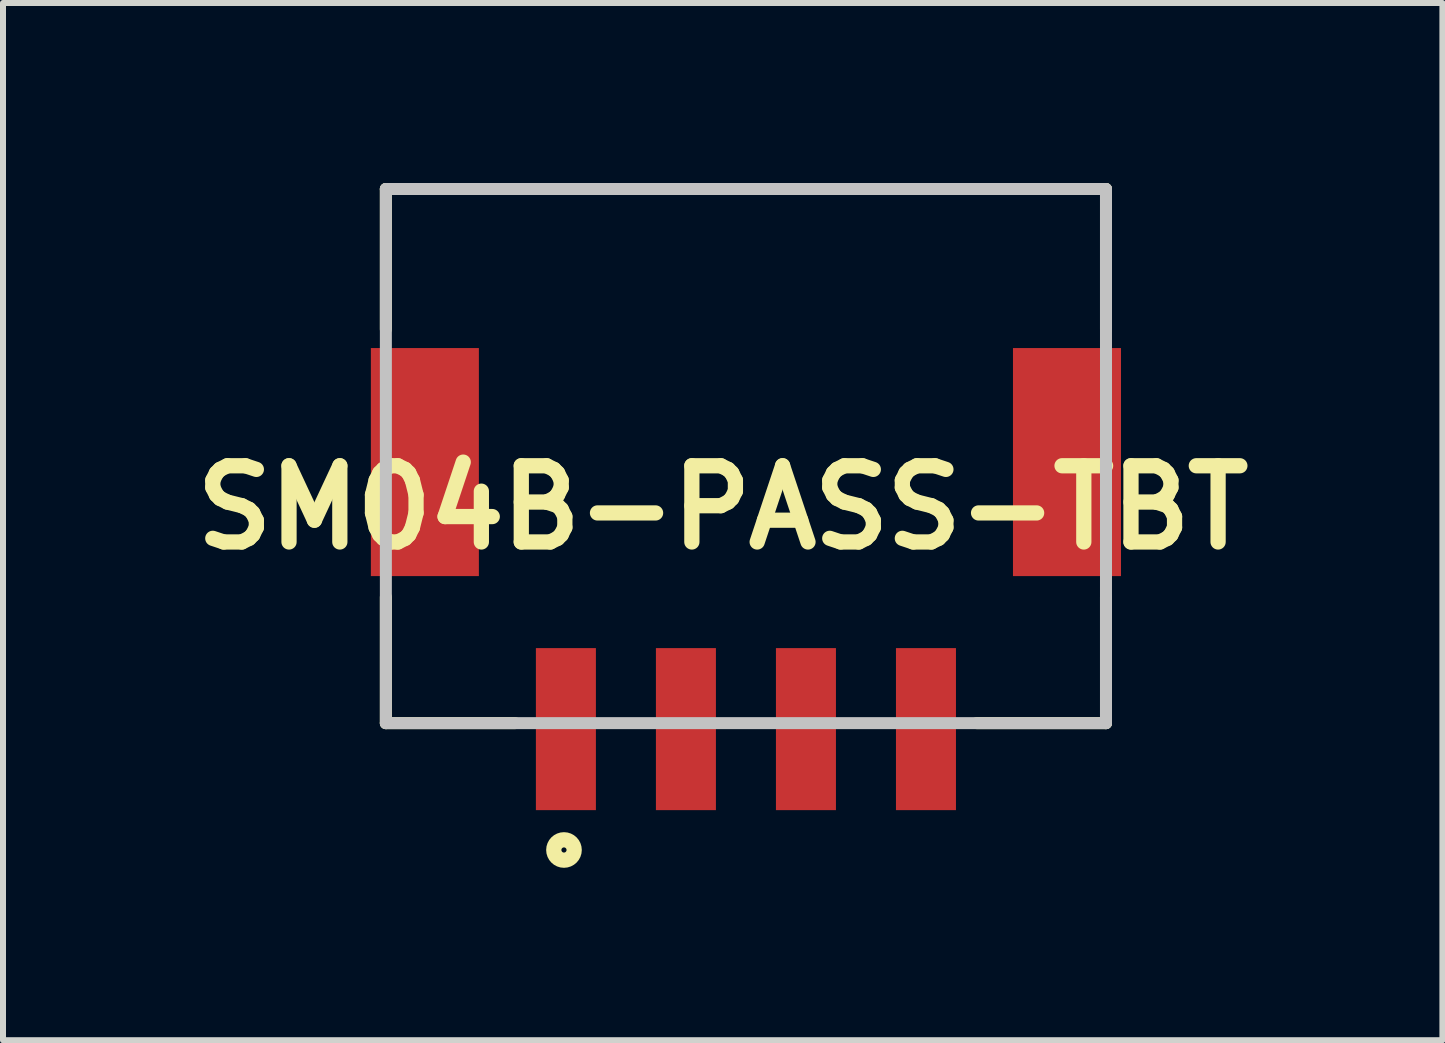
<source format=kicad_pcb>
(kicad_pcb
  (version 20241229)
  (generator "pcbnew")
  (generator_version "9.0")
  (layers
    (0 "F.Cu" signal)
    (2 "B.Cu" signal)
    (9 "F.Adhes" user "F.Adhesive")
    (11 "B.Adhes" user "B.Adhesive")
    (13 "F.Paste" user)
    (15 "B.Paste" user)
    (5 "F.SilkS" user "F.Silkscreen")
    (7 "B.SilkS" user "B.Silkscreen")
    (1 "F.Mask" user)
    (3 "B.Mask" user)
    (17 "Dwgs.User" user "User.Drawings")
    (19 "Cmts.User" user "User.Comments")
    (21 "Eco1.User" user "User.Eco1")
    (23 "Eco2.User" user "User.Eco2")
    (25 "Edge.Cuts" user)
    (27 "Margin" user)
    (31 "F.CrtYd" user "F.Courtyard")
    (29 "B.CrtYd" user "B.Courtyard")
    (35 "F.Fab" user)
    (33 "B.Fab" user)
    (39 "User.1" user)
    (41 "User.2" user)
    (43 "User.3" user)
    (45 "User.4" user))
  (footprint "SM04B-PASS-TBT"
    (layer "F.Cu")
    (at 9.38 9)
    (property "Reference" "SM04B-PASS-TBT" (at -0.387 -3.593 0) (layer "F.SilkS") (effects (font (size 1.27 1.27) (thickness 0.254))))
    (attr smd)
    (fp_line (start -6 -8.9) (end -6 -6.562) (stroke (width 0.2) (type solid)) (layer "F.SilkS"))
    (fp_line (start -6 -8.9) (end 6 -8.9) (stroke (width 0.2) (type solid)) (layer "F.SilkS"))
    (fp_line (start -6 0) (end -6 -2.1) (stroke (width 0.2) (type solid)) (layer "F.SilkS"))
    (fp_line (start -6 0) (end -3.847 0) (stroke (width 0.2) (type solid)) (layer "F.SilkS"))
    (fp_line (start 6 -8.9) (end 6 -6.562) (stroke (width 0.2) (type solid)) (layer "F.SilkS"))
    (fp_line (start 6 0) (end 3.847 0) (stroke (width 0.2) (type solid)) (layer "F.SilkS"))
    (fp_line (start 6 0) (end 6 -2.1) (stroke (width 0.2) (type solid)) (layer "F.SilkS"))
    (fp_circle (center -3.032 2.114) (end -3.075 2.114) (stroke (width 0.254) (type solid)) (fill no) (layer "F.SilkS"))
    (fp_line (start -6 -8.9) (end 6 -8.9) (stroke (width 0.2) (type solid)) (layer "Dwgs.User"))
    (fp_line (start -6 0) (end -6 -8.9) (stroke (width 0.2) (type solid)) (layer "Dwgs.User"))
    (fp_line (start 6 -8.9) (end 6 0) (stroke (width 0.2) (type solid)) (layer "Dwgs.User"))
    (fp_line (start 6 0) (end -6 0) (stroke (width 0.2) (type solid)) (layer "Dwgs.User"))
    (pad "1" smd rect (at -3 0.1) (size 1 2.7) (layers "F.Cu" "F.Mask" "F.Paste"))
    (pad "2" smd rect (at -1 0.1) (size 1 2.7) (layers "F.Cu" "F.Mask" "F.Paste"))
    (pad "3" smd rect (at 1 0.1) (size 1 2.7) (layers "F.Cu" "F.Mask" "F.Paste"))
    (pad "4" smd rect (at 3 0.1) (size 1 2.7) (layers "F.Cu" "F.Mask" "F.Paste"))
    (pad "5" smd rect (at -5.35 -4.35) (size 1.8 3.8) (layers "F.Cu" "F.Mask" "F.Paste"))
    (pad "6" smd rect (at 5.35 -4.35) (size 1.8 3.8) (layers "F.Cu" "F.Mask" "F.Paste")))
  (gr_rect
    (start -3 -3)
    (end 20.986 14.284)
    (stroke (width 0.1) (type default))
    (fill no)
    (layer "Edge.Cuts")))
</source>
